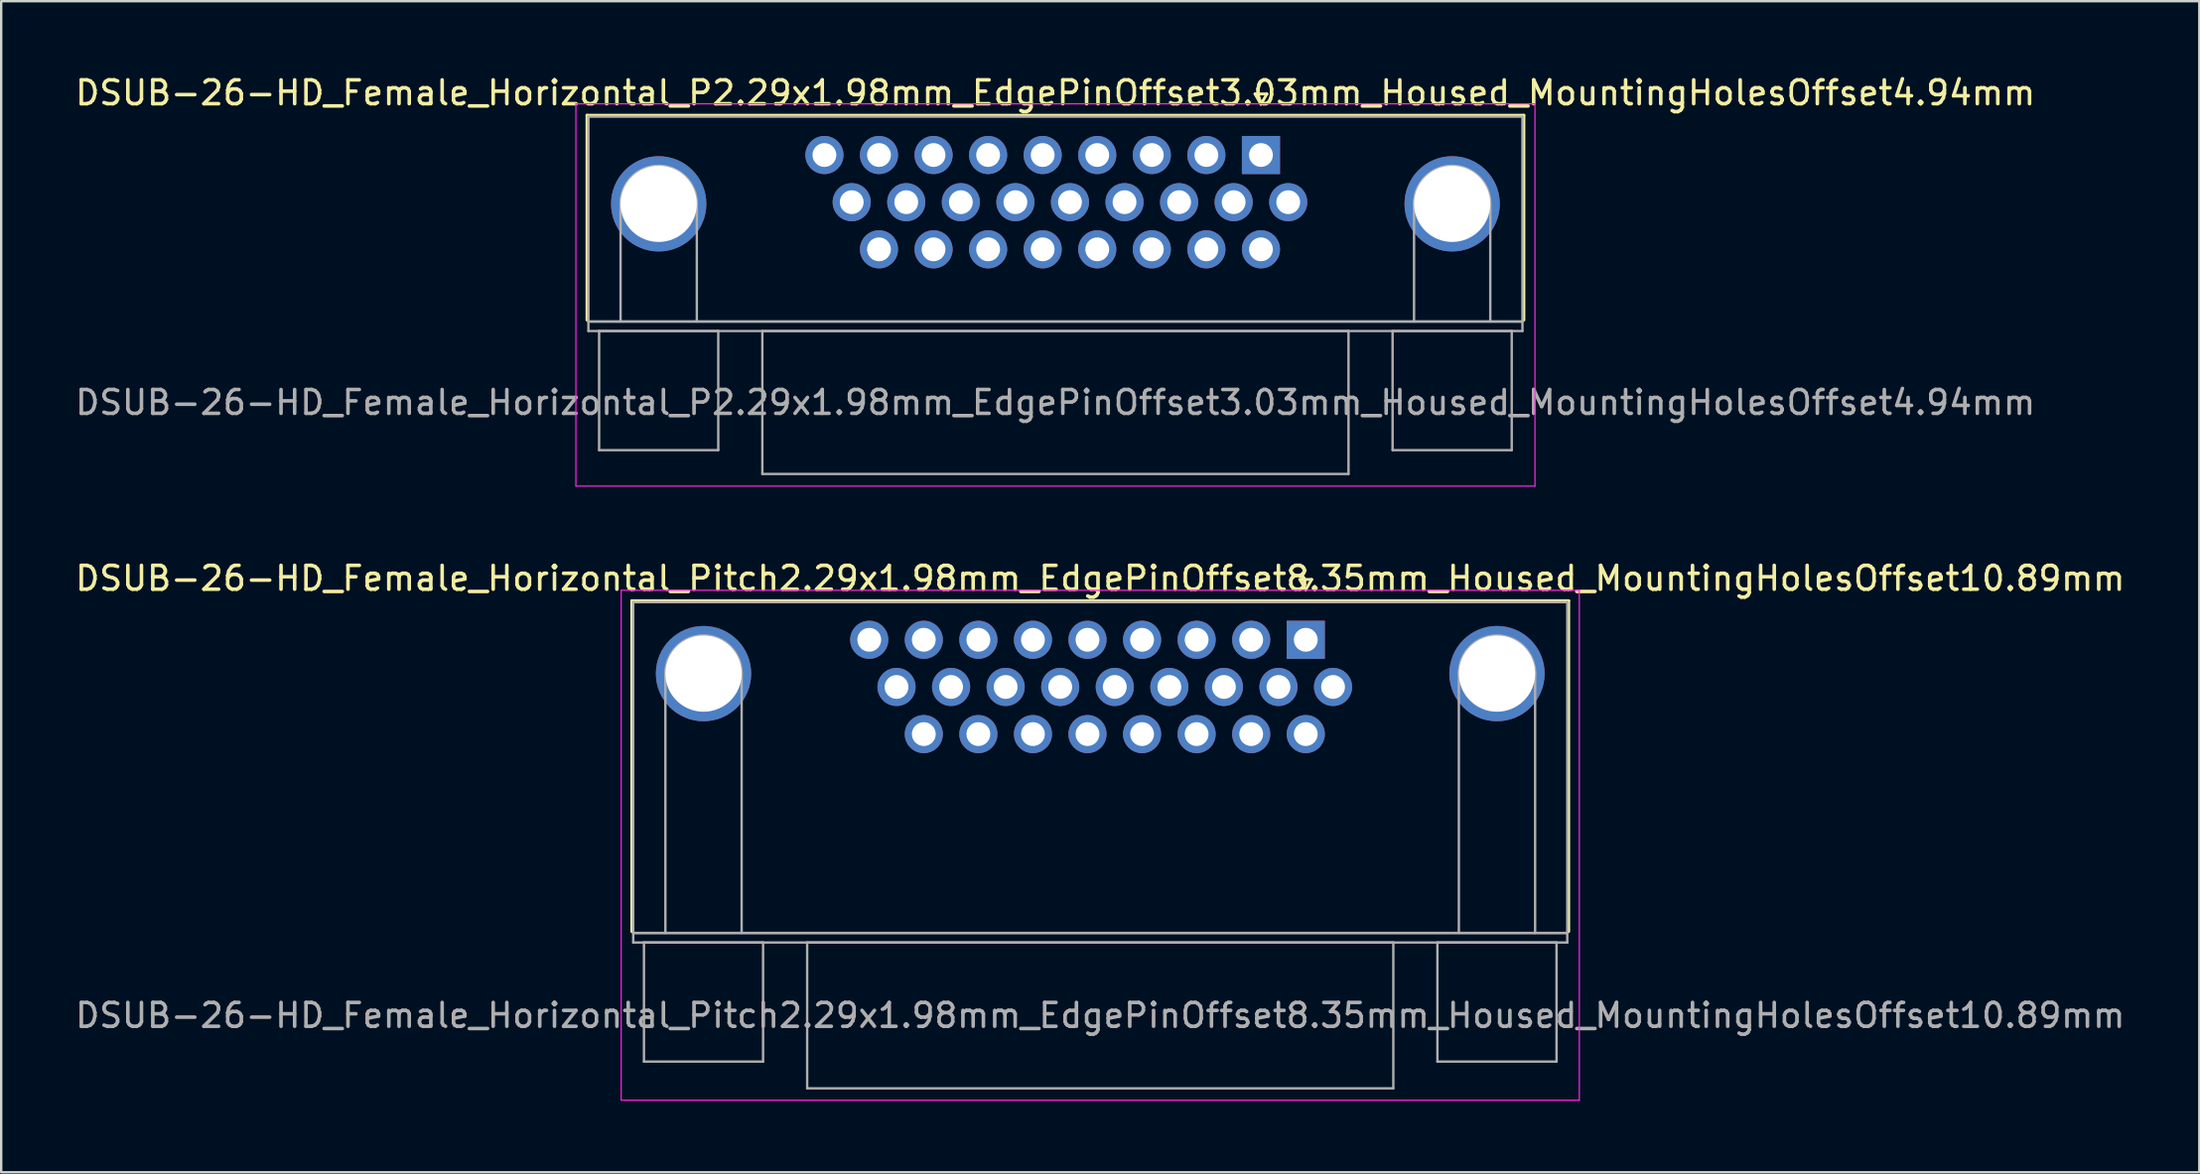
<source format=kicad_pcb>
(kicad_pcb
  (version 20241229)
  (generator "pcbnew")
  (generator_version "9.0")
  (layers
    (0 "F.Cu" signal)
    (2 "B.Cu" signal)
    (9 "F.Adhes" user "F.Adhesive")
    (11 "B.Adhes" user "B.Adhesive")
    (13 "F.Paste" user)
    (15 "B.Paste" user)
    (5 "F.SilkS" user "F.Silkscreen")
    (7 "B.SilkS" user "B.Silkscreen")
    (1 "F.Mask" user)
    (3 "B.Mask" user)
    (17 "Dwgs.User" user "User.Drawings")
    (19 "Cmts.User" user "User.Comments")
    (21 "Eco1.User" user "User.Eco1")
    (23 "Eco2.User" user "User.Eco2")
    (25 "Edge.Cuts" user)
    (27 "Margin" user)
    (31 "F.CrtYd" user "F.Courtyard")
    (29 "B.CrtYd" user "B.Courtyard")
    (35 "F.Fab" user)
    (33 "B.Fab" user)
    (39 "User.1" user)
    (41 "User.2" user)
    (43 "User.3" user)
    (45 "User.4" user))
  (footprint "DSUB-26-HD_Female_Horizontal_P2.29x1.98mm_EdgePinOffset3.03mm_Housed_MountingHolesOffset4.94mm"
    (layer "F.Cu")
    (at 49.869 3.458)
    (property "Reference" "DSUB-26-HD_Female_Horizontal_P2.29x1.98mm_EdgePinOffset3.03mm_Housed_MountingHolesOffset4.94mm" (at -8.625 -2.61 0) (layer "F.SilkS") (effects (font (size 1 1) (thickness 0.15))))
    (attr through_hole)
    (fp_line (start -28.285 -1.67) (end 11.035 -1.67) (stroke (width 0.12) (type solid)) (layer "F.SilkS"))
    (fp_line (start -28.285 6.93) (end -28.285 -1.67) (stroke (width 0.12) (type solid)) (layer "F.SilkS"))
    (fp_line (start -0.25 -2.564) (end 0.25 -2.564) (stroke (width 0.12) (type solid)) (layer "F.SilkS"))
    (fp_line (start 0 -2.131) (end -0.25 -2.564) (stroke (width 0.12) (type solid)) (layer "F.SilkS"))
    (fp_line (start 0.25 -2.564) (end 0 -2.131) (stroke (width 0.12) (type solid)) (layer "F.SilkS"))
    (fp_line (start 11.035 -1.67) (end 11.035 6.93) (stroke (width 0.12) (type solid)) (layer "F.SilkS"))
    (fp_line (start -28.75 -2.15) (end -28.75 13.9) (stroke (width 0.05) (type solid)) (layer "F.CrtYd"))
    (fp_line (start -28.75 13.9) (end 11.5 13.9) (stroke (width 0.05) (type solid)) (layer "F.CrtYd"))
    (fp_line (start 11.5 -2.15) (end -28.75 -2.15) (stroke (width 0.05) (type solid)) (layer "F.CrtYd"))
    (fp_line (start 11.5 13.9) (end 11.5 -2.15) (stroke (width 0.05) (type solid)) (layer "F.CrtYd"))
    (fp_line (start -28.225 -1.61) (end -28.225 6.99) (stroke (width 0.1) (type solid)) (layer "F.Fab"))
    (fp_line (start -28.225 6.99) (end -28.225 7.39) (stroke (width 0.1) (type solid)) (layer "F.Fab"))
    (fp_line (start -28.225 6.99) (end 10.975 6.99) (stroke (width 0.1) (type solid)) (layer "F.Fab"))
    (fp_line (start -28.225 7.39) (end 10.975 7.39) (stroke (width 0.1) (type solid)) (layer "F.Fab"))
    (fp_line (start -27.775 7.39) (end -27.775 12.39) (stroke (width 0.1) (type solid)) (layer "F.Fab"))
    (fp_line (start -27.775 12.39) (end -22.775 12.39) (stroke (width 0.1) (type solid)) (layer "F.Fab"))
    (fp_line (start -26.875 6.99) (end -26.875 2.05) (stroke (width 0.1) (type solid)) (layer "F.Fab"))
    (fp_line (start -23.675 6.99) (end -23.675 2.05) (stroke (width 0.1) (type solid)) (layer "F.Fab"))
    (fp_line (start -22.775 7.39) (end -27.775 7.39) (stroke (width 0.1) (type solid)) (layer "F.Fab"))
    (fp_line (start -22.775 12.39) (end -22.775 7.39) (stroke (width 0.1) (type solid)) (layer "F.Fab"))
    (fp_line (start -20.925 7.39) (end -20.925 13.39) (stroke (width 0.1) (type solid)) (layer "F.Fab"))
    (fp_line (start -20.925 13.39) (end 3.675 13.39) (stroke (width 0.1) (type solid)) (layer "F.Fab"))
    (fp_line (start 3.675 7.39) (end -20.925 7.39) (stroke (width 0.1) (type solid)) (layer "F.Fab"))
    (fp_line (start 3.675 13.39) (end 3.675 7.39) (stroke (width 0.1) (type solid)) (layer "F.Fab"))
    (fp_line (start 5.525 7.39) (end 5.525 12.39) (stroke (width 0.1) (type solid)) (layer "F.Fab"))
    (fp_line (start 5.525 12.39) (end 10.525 12.39) (stroke (width 0.1) (type solid)) (layer "F.Fab"))
    (fp_line (start 6.425 6.99) (end 6.425 2.05) (stroke (width 0.1) (type solid)) (layer "F.Fab"))
    (fp_line (start 9.625 6.99) (end 9.625 2.05) (stroke (width 0.1) (type solid)) (layer "F.Fab"))
    (fp_line (start 10.525 7.39) (end 5.525 7.39) (stroke (width 0.1) (type solid)) (layer "F.Fab"))
    (fp_line (start 10.525 12.39) (end 10.525 7.39) (stroke (width 0.1) (type solid)) (layer "F.Fab"))
    (fp_line (start 10.975 -1.61) (end -28.225 -1.61) (stroke (width 0.1) (type solid)) (layer "F.Fab"))
    (fp_line (start 10.975 6.99) (end -28.225 6.99) (stroke (width 0.1) (type solid)) (layer "F.Fab"))
    (fp_line (start 10.975 6.99) (end 10.975 -1.61) (stroke (width 0.1) (type solid)) (layer "F.Fab"))
    (fp_line (start 10.975 7.39) (end 10.975 6.99) (stroke (width 0.1) (type solid)) (layer "F.Fab"))
    (fp_arc (start -26.875 2.05) (mid -25.275 0.45) (end -23.675 2.05) (stroke (width 0.1) (type solid)) (layer "F.Fab"))
    (fp_arc (start 6.425 2.05) (mid 8.025 0.45) (end 9.625 2.05) (stroke (width 0.1) (type solid)) (layer "F.Fab"))
    (fp_text user "${REFERENCE}" (at -8.625 10.39 0) (layer "F.Fab") (effects (font (size 1 1) (thickness 0.15))))
    (pad "0" thru_hole circle (at -25.275 2.05) (size 4 4) (drill 3.2) (layers "*.Cu" "*.Mask"))
    (pad "0" thru_hole circle (at 8.025 2.05) (size 4 4) (drill 3.2) (layers "*.Cu" "*.Mask"))
    (pad "1" thru_hole rect (at 0 0) (size 1.6 1.6) (drill 1) (layers "*.Cu" "*.Mask"))
    (pad "2" thru_hole circle (at -2.29 0) (size 1.6 1.6) (drill 1) (layers "*.Cu" "*.Mask"))
    (pad "3" thru_hole circle (at -4.58 0) (size 1.6 1.6) (drill 1) (layers "*.Cu" "*.Mask"))
    (pad "4" thru_hole circle (at -6.87 0) (size 1.6 1.6) (drill 1) (layers "*.Cu" "*.Mask"))
    (pad "5" thru_hole circle (at -9.16 0) (size 1.6 1.6) (drill 1) (layers "*.Cu" "*.Mask"))
    (pad "6" thru_hole circle (at -11.45 0) (size 1.6 1.6) (drill 1) (layers "*.Cu" "*.Mask"))
    (pad "7" thru_hole circle (at -13.74 0) (size 1.6 1.6) (drill 1) (layers "*.Cu" "*.Mask"))
    (pad "8" thru_hole circle (at -16.03 0) (size 1.6 1.6) (drill 1) (layers "*.Cu" "*.Mask"))
    (pad "9" thru_hole circle (at -18.32 0) (size 1.6 1.6) (drill 1) (layers "*.Cu" "*.Mask"))
    (pad "10" thru_hole circle (at 1.145 1.98) (size 1.6 1.6) (drill 1) (layers "*.Cu" "*.Mask"))
    (pad "11" thru_hole circle (at -1.145 1.98) (size 1.6 1.6) (drill 1) (layers "*.Cu" "*.Mask"))
    (pad "12" thru_hole circle (at -3.435 1.98) (size 1.6 1.6) (drill 1) (layers "*.Cu" "*.Mask"))
    (pad "13" thru_hole circle (at -5.725 1.98) (size 1.6 1.6) (drill 1) (layers "*.Cu" "*.Mask"))
    (pad "14" thru_hole circle (at -8.015 1.98) (size 1.6 1.6) (drill 1) (layers "*.Cu" "*.Mask"))
    (pad "15" thru_hole circle (at -10.305 1.98) (size 1.6 1.6) (drill 1) (layers "*.Cu" "*.Mask"))
    (pad "16" thru_hole circle (at -12.595 1.98) (size 1.6 1.6) (drill 1) (layers "*.Cu" "*.Mask"))
    (pad "17" thru_hole circle (at -14.885 1.98) (size 1.6 1.6) (drill 1) (layers "*.Cu" "*.Mask"))
    (pad "18" thru_hole circle (at -17.175 1.98) (size 1.6 1.6) (drill 1) (layers "*.Cu" "*.Mask"))
    (pad "19" thru_hole circle (at 0 3.96) (size 1.6 1.6) (drill 1) (layers "*.Cu" "*.Mask"))
    (pad "20" thru_hole circle (at -2.29 3.96) (size 1.6 1.6) (drill 1) (layers "*.Cu" "*.Mask"))
    (pad "21" thru_hole circle (at -4.58 3.96) (size 1.6 1.6) (drill 1) (layers "*.Cu" "*.Mask"))
    (pad "22" thru_hole circle (at -6.87 3.96) (size 1.6 1.6) (drill 1) (layers "*.Cu" "*.Mask"))
    (pad "23" thru_hole circle (at -9.16 3.96) (size 1.6 1.6) (drill 1) (layers "*.Cu" "*.Mask"))
    (pad "24" thru_hole circle (at -11.45 3.96) (size 1.6 1.6) (drill 1) (layers "*.Cu" "*.Mask"))
    (pad "25" thru_hole circle (at -13.74 3.96) (size 1.6 1.6) (drill 1) (layers "*.Cu" "*.Mask"))
    (pad "26" thru_hole circle (at -16.03 3.96) (size 1.6 1.6) (drill 1) (layers "*.Cu" "*.Mask")))
  (footprint "DSUB-26-HD_Female_Horizontal_Pitch2.29x1.98mm_EdgePinOffset8.35mm_Housed_MountingHolesOffset10.89mm"
    (layer "F.Cu")
    (at 51.75 23.811)
    (property "Reference" "DSUB-26-HD_Female_Horizontal_Pitch2.29x1.98mm_EdgePinOffset8.35mm_Housed_MountingHolesOffset10.89mm" (at -8.625 -2.58 0) (layer "F.SilkS") (effects (font (size 1 1) (thickness 0.15))))
    (attr through_hole)
    (fp_line (start -28.285 -1.64) (end 11.035 -1.64) (stroke (width 0.12) (type solid)) (layer "F.SilkS"))
    (fp_line (start -28.285 12.25) (end -28.285 -1.64) (stroke (width 0.12) (type solid)) (layer "F.SilkS"))
    (fp_line (start -0.25 -2.534) (end 0.25 -2.534) (stroke (width 0.12) (type solid)) (layer "F.SilkS"))
    (fp_line (start 0 -2.101) (end -0.25 -2.534) (stroke (width 0.12) (type solid)) (layer "F.SilkS"))
    (fp_line (start 0.25 -2.534) (end 0 -2.101) (stroke (width 0.12) (type solid)) (layer "F.SilkS"))
    (fp_line (start 11.035 -1.64) (end 11.035 12.25) (stroke (width 0.12) (type solid)) (layer "F.SilkS"))
    (fp_line (start -28.73 -2.08) (end -28.73 19.33) (stroke (width 0.05) (type solid)) (layer "F.CrtYd"))
    (fp_line (start -28.73 19.33) (end 11.48 19.33) (stroke (width 0.05) (type solid)) (layer "F.CrtYd"))
    (fp_line (start 11.48 -2.08) (end -28.73 -2.08) (stroke (width 0.05) (type solid)) (layer "F.CrtYd"))
    (fp_line (start 11.48 19.33) (end 11.48 -2.08) (stroke (width 0.05) (type solid)) (layer "F.CrtYd"))
    (fp_line (start -28.225 -1.58) (end -28.225 12.31) (stroke (width 0.1) (type solid)) (layer "F.Fab"))
    (fp_line (start -28.225 12.31) (end -28.225 12.71) (stroke (width 0.1) (type solid)) (layer "F.Fab"))
    (fp_line (start -28.225 12.31) (end 10.975 12.31) (stroke (width 0.1) (type solid)) (layer "F.Fab"))
    (fp_line (start -28.225 12.71) (end 10.975 12.71) (stroke (width 0.1) (type solid)) (layer "F.Fab"))
    (fp_line (start -27.775 12.71) (end -27.775 17.71) (stroke (width 0.1) (type solid)) (layer "F.Fab"))
    (fp_line (start -27.775 17.71) (end -22.775 17.71) (stroke (width 0.1) (type solid)) (layer "F.Fab"))
    (fp_line (start -26.875 12.31) (end -26.875 1.42) (stroke (width 0.1) (type solid)) (layer "F.Fab"))
    (fp_line (start -23.675 12.31) (end -23.675 1.42) (stroke (width 0.1) (type solid)) (layer "F.Fab"))
    (fp_line (start -22.775 12.71) (end -27.775 12.71) (stroke (width 0.1) (type solid)) (layer "F.Fab"))
    (fp_line (start -22.775 17.71) (end -22.775 12.71) (stroke (width 0.1) (type solid)) (layer "F.Fab"))
    (fp_line (start -20.925 12.71) (end -20.925 18.83) (stroke (width 0.1) (type solid)) (layer "F.Fab"))
    (fp_line (start -20.925 18.83) (end 3.675 18.83) (stroke (width 0.1) (type solid)) (layer "F.Fab"))
    (fp_line (start 3.675 12.71) (end -20.925 12.71) (stroke (width 0.1) (type solid)) (layer "F.Fab"))
    (fp_line (start 3.675 18.83) (end 3.675 12.71) (stroke (width 0.1) (type solid)) (layer "F.Fab"))
    (fp_line (start 5.525 12.71) (end 5.525 17.71) (stroke (width 0.1) (type solid)) (layer "F.Fab"))
    (fp_line (start 5.525 17.71) (end 10.525 17.71) (stroke (width 0.1) (type solid)) (layer "F.Fab"))
    (fp_line (start 6.425 12.31) (end 6.425 1.42) (stroke (width 0.1) (type solid)) (layer "F.Fab"))
    (fp_line (start 9.625 12.31) (end 9.625 1.42) (stroke (width 0.1) (type solid)) (layer "F.Fab"))
    (fp_line (start 10.525 12.71) (end 5.525 12.71) (stroke (width 0.1) (type solid)) (layer "F.Fab"))
    (fp_line (start 10.525 17.71) (end 10.525 12.71) (stroke (width 0.1) (type solid)) (layer "F.Fab"))
    (fp_line (start 10.975 -1.58) (end -28.225 -1.58) (stroke (width 0.1) (type solid)) (layer "F.Fab"))
    (fp_line (start 10.975 12.31) (end -28.225 12.31) (stroke (width 0.1) (type solid)) (layer "F.Fab"))
    (fp_line (start 10.975 12.31) (end 10.975 -1.58) (stroke (width 0.1) (type solid)) (layer "F.Fab"))
    (fp_line (start 10.975 12.71) (end 10.975 12.31) (stroke (width 0.1) (type solid)) (layer "F.Fab"))
    (fp_arc (start -26.875 1.42) (mid -25.275 -0.18) (end -23.675 1.42) (stroke (width 0.1) (type solid)) (layer "F.Fab"))
    (fp_arc (start 6.425 1.42) (mid 8.025 -0.18) (end 9.625 1.42) (stroke (width 0.1) (type solid)) (layer "F.Fab"))
    (fp_text user "${REFERENCE}" (at -8.625 15.77 0) (layer "F.Fab") (effects (font (size 1 1) (thickness 0.15))))
    (pad "0" thru_hole circle (at -25.275 1.42) (size 4 4) (drill 3.2) (layers "*.Cu" "*.Mask"))
    (pad "0" thru_hole circle (at 8.025 1.42) (size 4 4) (drill 3.2) (layers "*.Cu" "*.Mask"))
    (pad "1" thru_hole rect (at 0 0) (size 1.6 1.6) (drill 1) (layers "*.Cu" "*.Mask"))
    (pad "2" thru_hole circle (at -2.29 0) (size 1.6 1.6) (drill 1) (layers "*.Cu" "*.Mask"))
    (pad "3" thru_hole circle (at -4.58 0) (size 1.6 1.6) (drill 1) (layers "*.Cu" "*.Mask"))
    (pad "4" thru_hole circle (at -6.87 0) (size 1.6 1.6) (drill 1) (layers "*.Cu" "*.Mask"))
    (pad "5" thru_hole circle (at -9.16 0) (size 1.6 1.6) (drill 1) (layers "*.Cu" "*.Mask"))
    (pad "6" thru_hole circle (at -11.45 0) (size 1.6 1.6) (drill 1) (layers "*.Cu" "*.Mask"))
    (pad "7" thru_hole circle (at -13.74 0) (size 1.6 1.6) (drill 1) (layers "*.Cu" "*.Mask"))
    (pad "8" thru_hole circle (at -16.03 0) (size 1.6 1.6) (drill 1) (layers "*.Cu" "*.Mask"))
    (pad "9" thru_hole circle (at -18.32 0) (size 1.6 1.6) (drill 1) (layers "*.Cu" "*.Mask"))
    (pad "10" thru_hole circle (at 1.145 1.98) (size 1.6 1.6) (drill 1) (layers "*.Cu" "*.Mask"))
    (pad "11" thru_hole circle (at -1.145 1.98) (size 1.6 1.6) (drill 1) (layers "*.Cu" "*.Mask"))
    (pad "12" thru_hole circle (at -3.435 1.98) (size 1.6 1.6) (drill 1) (layers "*.Cu" "*.Mask"))
    (pad "13" thru_hole circle (at -5.725 1.98) (size 1.6 1.6) (drill 1) (layers "*.Cu" "*.Mask"))
    (pad "14" thru_hole circle (at -8.015 1.98) (size 1.6 1.6) (drill 1) (layers "*.Cu" "*.Mask"))
    (pad "15" thru_hole circle (at -10.305 1.98) (size 1.6 1.6) (drill 1) (layers "*.Cu" "*.Mask"))
    (pad "16" thru_hole circle (at -12.595 1.98) (size 1.6 1.6) (drill 1) (layers "*.Cu" "*.Mask"))
    (pad "17" thru_hole circle (at -14.885 1.98) (size 1.6 1.6) (drill 1) (layers "*.Cu" "*.Mask"))
    (pad "18" thru_hole circle (at -17.175 1.98) (size 1.6 1.6) (drill 1) (layers "*.Cu" "*.Mask"))
    (pad "19" thru_hole circle (at 0 3.96) (size 1.6 1.6) (drill 1) (layers "*.Cu" "*.Mask"))
    (pad "20" thru_hole circle (at -2.29 3.96) (size 1.6 1.6) (drill 1) (layers "*.Cu" "*.Mask"))
    (pad "21" thru_hole circle (at -4.58 3.96) (size 1.6 1.6) (drill 1) (layers "*.Cu" "*.Mask"))
    (pad "22" thru_hole circle (at -6.87 3.96) (size 1.6 1.6) (drill 1) (layers "*.Cu" "*.Mask"))
    (pad "23" thru_hole circle (at -9.16 3.96) (size 1.6 1.6) (drill 1) (layers "*.Cu" "*.Mask"))
    (pad "24" thru_hole circle (at -11.45 3.96) (size 1.6 1.6) (drill 1) (layers "*.Cu" "*.Mask"))
    (pad "25" thru_hole circle (at -13.74 3.96) (size 1.6 1.6) (drill 1) (layers "*.Cu" "*.Mask"))
    (pad "26" thru_hole circle (at -16.03 3.96) (size 1.6 1.6) (drill 1) (layers "*.Cu" "*.Mask")))
  (gr_rect
    (start -3 -3)
    (end 89.25 46.166)
    (stroke (width 0.1) (type default))
    (fill no)
    (layer "Edge.Cuts")))
</source>
